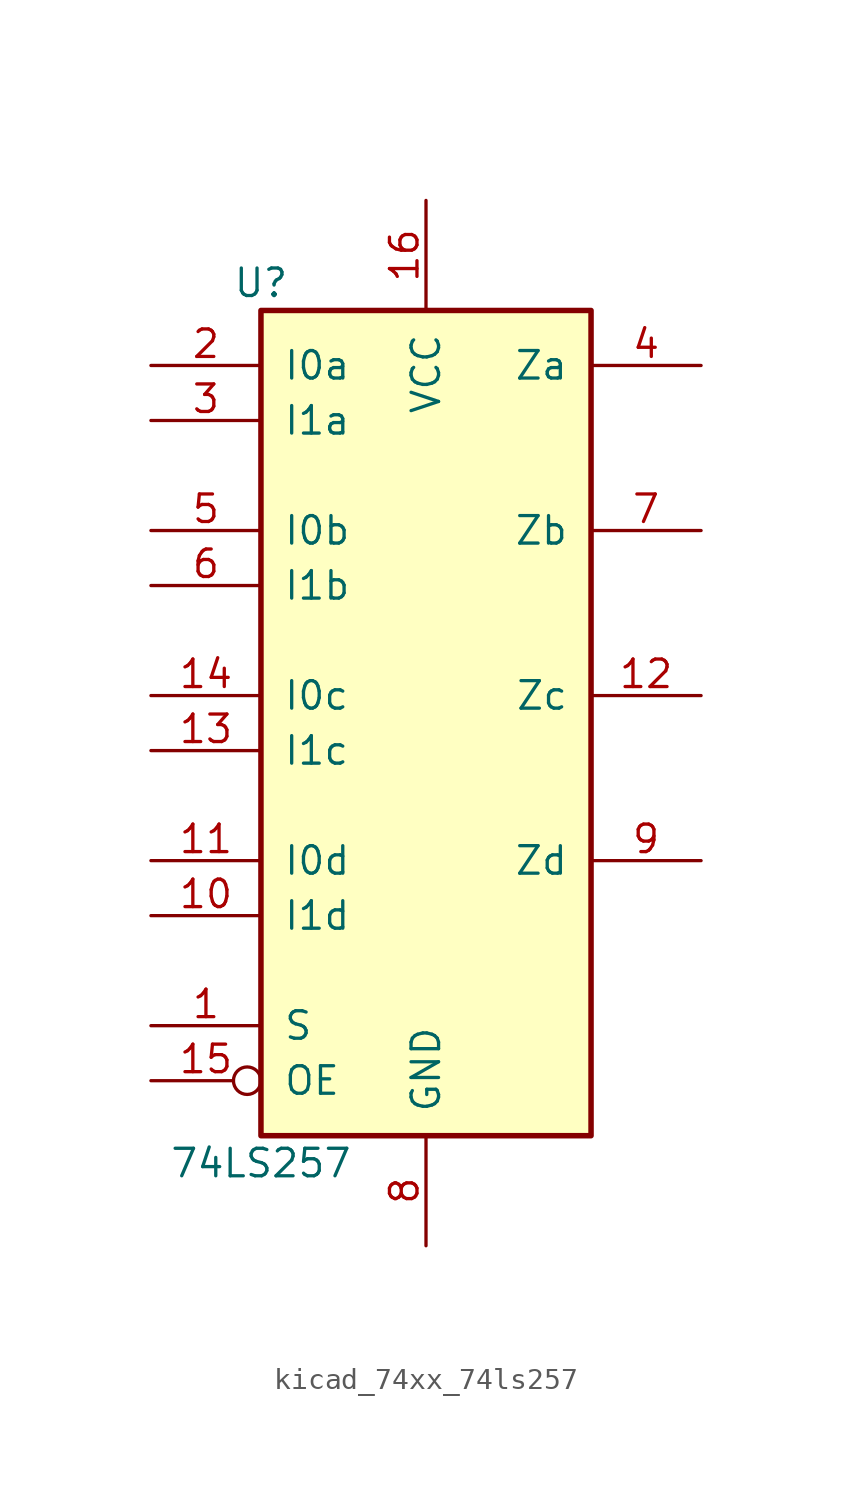
<source format=kicad_sym>
(kicad_symbol_lib
  (version 20220914)
  (generator kicad_symbol_editor)
  (symbol "kicad_74xx_74ls257"
    (pin_names
      (offset 1.016))
    (property "Reference" "U"
      (at -7.62 19.05 0)
      (effects (font (size 1.27 1.27))))
    (property "Value" "74LS257"
      (at -7.62 -21.59 0)
      (effects (font (size 1.27 1.27))))
    (property "ki_locked" ""
      (at 0 0 0)
      (effects (font (size 1.27 1.27))))
    (symbol "kicad_74xx_74ls257_1_0"
      (pin input line (at -12.7 -15.24 0) (length 5.08) (name "S" (effects (font (size 1.27 1.27)))) (number "1" (effects (font (size 1.27 1.27)))))
      (pin input line (at -12.7 -10.16 0) (length 5.08) (name "I1d" (effects (font (size 1.27 1.27)))) (number "10" (effects (font (size 1.27 1.27)))))
      (pin input line (at -12.7 -7.62 0) (length 5.08) (name "I0d" (effects (font (size 1.27 1.27)))) (number "11" (effects (font (size 1.27 1.27)))))
      (pin tri_state line (at 12.7 0 180) (length 5.08) (name "Zc" (effects (font (size 1.27 1.27)))) (number "12" (effects (font (size 1.27 1.27)))))
      (pin input line (at -12.7 -2.54 0) (length 5.08) (name "I1c" (effects (font (size 1.27 1.27)))) (number "13" (effects (font (size 1.27 1.27)))))
      (pin input line (at -12.7 0 0) (length 5.08) (name "I0c" (effects (font (size 1.27 1.27)))) (number "14" (effects (font (size 1.27 1.27)))))
      (pin input inverted (at -12.7 -17.78 0) (length 5.08) (name "OE" (effects (font (size 1.27 1.27)))) (number "15" (effects (font (size 1.27 1.27)))))
      (pin power_in line (at 0 22.86 270) (length 5.08) (name "VCC" (effects (font (size 1.27 1.27)))) (number "16" (effects (font (size 1.27 1.27)))))
      (pin input line (at -12.7 15.24 0) (length 5.08) (name "I0a" (effects (font (size 1.27 1.27)))) (number "2" (effects (font (size 1.27 1.27)))))
      (pin input line (at -12.7 12.7 0) (length 5.08) (name "I1a" (effects (font (size 1.27 1.27)))) (number "3" (effects (font (size 1.27 1.27)))))
      (pin tri_state line (at 12.7 15.24 180) (length 5.08) (name "Za" (effects (font (size 1.27 1.27)))) (number "4" (effects (font (size 1.27 1.27)))))
      (pin input line (at -12.7 7.62 0) (length 5.08) (name "I0b" (effects (font (size 1.27 1.27)))) (number "5" (effects (font (size 1.27 1.27)))))
      (pin input line (at -12.7 5.08 0) (length 5.08) (name "I1b" (effects (font (size 1.27 1.27)))) (number "6" (effects (font (size 1.27 1.27)))))
      (pin tri_state line (at 12.7 7.62 180) (length 5.08) (name "Zb" (effects (font (size 1.27 1.27)))) (number "7" (effects (font (size 1.27 1.27)))))
      (pin power_in line (at 0 -25.4 90) (length 5.08) (name "GND" (effects (font (size 1.27 1.27)))) (number "8" (effects (font (size 1.27 1.27)))))
      (pin tri_state line (at 12.7 -7.62 180) (length 5.08) (name "Zd" (effects (font (size 1.27 1.27)))) (number "9" (effects (font (size 1.27 1.27))))))
    (symbol "kicad_74xx_74ls257_1_1"
      (rectangle (start -7.62 17.78) (end 7.62 -20.32) (stroke (width 0.254) (type default)) (fill (type background))))))
</source>
